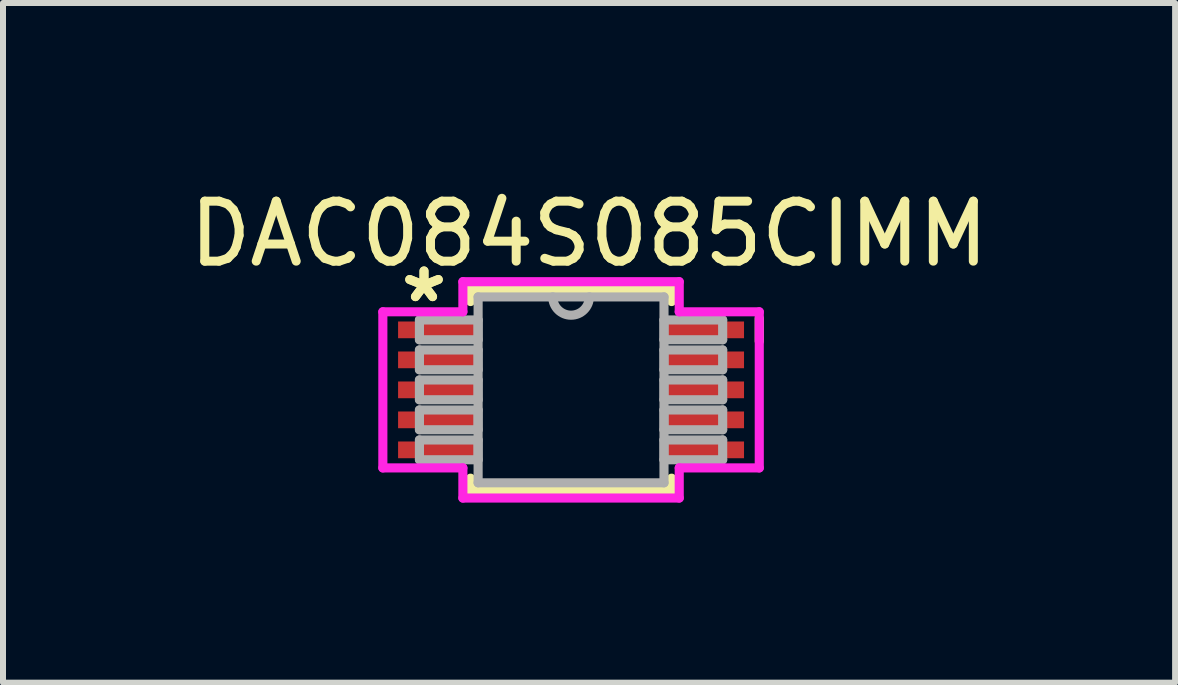
<source format=kicad_pcb>
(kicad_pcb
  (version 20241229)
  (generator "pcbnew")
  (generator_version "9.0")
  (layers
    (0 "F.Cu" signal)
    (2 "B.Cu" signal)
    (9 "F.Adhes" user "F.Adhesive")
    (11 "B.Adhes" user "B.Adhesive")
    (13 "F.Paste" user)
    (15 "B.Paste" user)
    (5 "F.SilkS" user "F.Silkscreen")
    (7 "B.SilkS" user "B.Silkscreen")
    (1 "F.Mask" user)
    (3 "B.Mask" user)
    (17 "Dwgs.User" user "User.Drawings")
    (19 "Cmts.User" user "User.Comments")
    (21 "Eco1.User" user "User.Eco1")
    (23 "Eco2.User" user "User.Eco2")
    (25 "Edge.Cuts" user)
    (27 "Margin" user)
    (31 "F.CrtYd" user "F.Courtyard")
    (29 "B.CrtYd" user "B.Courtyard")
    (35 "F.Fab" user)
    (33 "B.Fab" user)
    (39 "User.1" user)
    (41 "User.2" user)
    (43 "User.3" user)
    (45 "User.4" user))
  (footprint "DAC084S085CIMM"
    (layer "F.Cu")
    (at 6.468 3.448)
    (property "Reference" "DAC084S085CIMM" (at 0.3 -2.6 0) (layer "F.SilkS") (effects (font (size 1 1) (thickness 0.15))))
    (attr through_hole)
    (fp_line (start -1.676 -1.676) (end -1.676 -1.472) (stroke (width 0.152) (type solid)) (layer "F.SilkS"))
    (fp_line (start -1.676 1.472) (end -1.676 1.676) (stroke (width 0.152) (type solid)) (layer "F.SilkS"))
    (fp_line (start -1.676 1.676) (end 1.676 1.676) (stroke (width 0.152) (type solid)) (layer "F.SilkS"))
    (fp_line (start 1.676 -1.676) (end -1.676 -1.676) (stroke (width 0.152) (type solid)) (layer "F.SilkS"))
    (fp_line (start 1.676 -1.472) (end 1.676 -1.676) (stroke (width 0.152) (type solid)) (layer "F.SilkS"))
    (fp_line (start 1.676 1.676) (end 1.676 1.472) (stroke (width 0.152) (type solid)) (layer "F.SilkS"))
    (fp_line (start 3.137 -0.81) (end 3.137 -1.191) (stroke (width 0.152) (type solid)) (layer "F.SilkS"))
    (fp_line (start -3.137 -1.301) (end -1.803 -1.301) (stroke (width 0.152) (type solid)) (layer "F.CrtYd"))
    (fp_line (start -3.137 1.301) (end -3.137 -1.301) (stroke (width 0.152) (type solid)) (layer "F.CrtYd"))
    (fp_line (start -1.803 -1.803) (end 1.803 -1.803) (stroke (width 0.152) (type solid)) (layer "F.CrtYd"))
    (fp_line (start -1.803 -1.301) (end -1.803 -1.803) (stroke (width 0.152) (type solid)) (layer "F.CrtYd"))
    (fp_line (start -1.803 1.301) (end -3.137 1.301) (stroke (width 0.152) (type solid)) (layer "F.CrtYd"))
    (fp_line (start -1.803 1.803) (end -1.803 1.301) (stroke (width 0.152) (type solid)) (layer "F.CrtYd"))
    (fp_line (start 1.803 -1.803) (end 1.803 -1.301) (stroke (width 0.152) (type solid)) (layer "F.CrtYd"))
    (fp_line (start 1.803 -1.301) (end 3.137 -1.301) (stroke (width 0.152) (type solid)) (layer "F.CrtYd"))
    (fp_line (start 1.803 1.301) (end 1.803 1.803) (stroke (width 0.152) (type solid)) (layer "F.CrtYd"))
    (fp_line (start 1.803 1.803) (end -1.803 1.803) (stroke (width 0.152) (type solid)) (layer "F.CrtYd"))
    (fp_line (start 3.137 -1.301) (end 3.137 1.301) (stroke (width 0.152) (type solid)) (layer "F.CrtYd"))
    (fp_line (start 3.137 1.301) (end 1.803 1.301) (stroke (width 0.152) (type solid)) (layer "F.CrtYd"))
    (fp_line (start -2.527 -1.165) (end -2.527 -0.835) (stroke (width 0.152) (type solid)) (layer "F.Fab"))
    (fp_line (start -2.527 -0.835) (end -1.549 -0.835) (stroke (width 0.152) (type solid)) (layer "F.Fab"))
    (fp_line (start -2.527 -0.665) (end -2.527 -0.335) (stroke (width 0.152) (type solid)) (layer "F.Fab"))
    (fp_line (start -2.527 -0.335) (end -1.549 -0.335) (stroke (width 0.152) (type solid)) (layer "F.Fab"))
    (fp_line (start -2.527 -0.165) (end -2.527 0.165) (stroke (width 0.152) (type solid)) (layer "F.Fab"))
    (fp_line (start -2.527 0.165) (end -1.549 0.165) (stroke (width 0.152) (type solid)) (layer "F.Fab"))
    (fp_line (start -2.527 0.335) (end -2.527 0.665) (stroke (width 0.152) (type solid)) (layer "F.Fab"))
    (fp_line (start -2.527 0.665) (end -1.549 0.665) (stroke (width 0.152) (type solid)) (layer "F.Fab"))
    (fp_line (start -2.527 0.835) (end -2.527 1.165) (stroke (width 0.152) (type solid)) (layer "F.Fab"))
    (fp_line (start -2.527 1.165) (end -1.549 1.165) (stroke (width 0.152) (type solid)) (layer "F.Fab"))
    (fp_line (start -1.549 -1.549) (end -1.549 1.549) (stroke (width 0.152) (type solid)) (layer "F.Fab"))
    (fp_line (start -1.549 -1.165) (end -2.527 -1.165) (stroke (width 0.152) (type solid)) (layer "F.Fab"))
    (fp_line (start -1.549 -0.835) (end -1.549 -1.165) (stroke (width 0.152) (type solid)) (layer "F.Fab"))
    (fp_line (start -1.549 -0.665) (end -2.527 -0.665) (stroke (width 0.152) (type solid)) (layer "F.Fab"))
    (fp_line (start -1.549 -0.335) (end -1.549 -0.665) (stroke (width 0.152) (type solid)) (layer "F.Fab"))
    (fp_line (start -1.549 -0.165) (end -2.527 -0.165) (stroke (width 0.152) (type solid)) (layer "F.Fab"))
    (fp_line (start -1.549 0.165) (end -1.549 -0.165) (stroke (width 0.152) (type solid)) (layer "F.Fab"))
    (fp_line (start -1.549 0.335) (end -2.527 0.335) (stroke (width 0.152) (type solid)) (layer "F.Fab"))
    (fp_line (start -1.549 0.665) (end -1.549 0.335) (stroke (width 0.152) (type solid)) (layer "F.Fab"))
    (fp_line (start -1.549 0.835) (end -2.527 0.835) (stroke (width 0.152) (type solid)) (layer "F.Fab"))
    (fp_line (start -1.549 1.165) (end -1.549 0.835) (stroke (width 0.152) (type solid)) (layer "F.Fab"))
    (fp_line (start -1.549 1.549) (end 1.549 1.549) (stroke (width 0.152) (type solid)) (layer "F.Fab"))
    (fp_line (start 1.549 -1.549) (end -1.549 -1.549) (stroke (width 0.152) (type solid)) (layer "F.Fab"))
    (fp_line (start 1.549 -1.165) (end 1.549 -0.835) (stroke (width 0.152) (type solid)) (layer "F.Fab"))
    (fp_line (start 1.549 -0.835) (end 2.527 -0.835) (stroke (width 0.152) (type solid)) (layer "F.Fab"))
    (fp_line (start 1.549 -0.665) (end 1.549 -0.335) (stroke (width 0.152) (type solid)) (layer "F.Fab"))
    (fp_line (start 1.549 -0.335) (end 2.527 -0.335) (stroke (width 0.152) (type solid)) (layer "F.Fab"))
    (fp_line (start 1.549 -0.165) (end 1.549 0.165) (stroke (width 0.152) (type solid)) (layer "F.Fab"))
    (fp_line (start 1.549 0.165) (end 2.527 0.165) (stroke (width 0.152) (type solid)) (layer "F.Fab"))
    (fp_line (start 1.549 0.335) (end 1.549 0.665) (stroke (width 0.152) (type solid)) (layer "F.Fab"))
    (fp_line (start 1.549 0.665) (end 2.527 0.665) (stroke (width 0.152) (type solid)) (layer "F.Fab"))
    (fp_line (start 1.549 0.835) (end 1.549 1.165) (stroke (width 0.152) (type solid)) (layer "F.Fab"))
    (fp_line (start 1.549 1.165) (end 2.527 1.165) (stroke (width 0.152) (type solid)) (layer "F.Fab"))
    (fp_line (start 1.549 1.549) (end 1.549 -1.549) (stroke (width 0.152) (type solid)) (layer "F.Fab"))
    (fp_line (start 2.527 -1.165) (end 1.549 -1.165) (stroke (width 0.152) (type solid)) (layer "F.Fab"))
    (fp_line (start 2.527 -0.835) (end 2.527 -1.165) (stroke (width 0.152) (type solid)) (layer "F.Fab"))
    (fp_line (start 2.527 -0.665) (end 1.549 -0.665) (stroke (width 0.152) (type solid)) (layer "F.Fab"))
    (fp_line (start 2.527 -0.335) (end 2.527 -0.665) (stroke (width 0.152) (type solid)) (layer "F.Fab"))
    (fp_line (start 2.527 -0.165) (end 1.549 -0.165) (stroke (width 0.152) (type solid)) (layer "F.Fab"))
    (fp_line (start 2.527 0.165) (end 2.527 -0.165) (stroke (width 0.152) (type solid)) (layer "F.Fab"))
    (fp_line (start 2.527 0.335) (end 1.549 0.335) (stroke (width 0.152) (type solid)) (layer "F.Fab"))
    (fp_line (start 2.527 0.665) (end 2.527 0.335) (stroke (width 0.152) (type solid)) (layer "F.Fab"))
    (fp_line (start 2.527 0.835) (end 1.549 0.835) (stroke (width 0.152) (type solid)) (layer "F.Fab"))
    (fp_line (start 2.527 1.165) (end 2.527 0.835) (stroke (width 0.152) (type solid)) (layer "F.Fab"))
    (fp_arc (start 0.3048 -1.5494) (mid 0 -1.2446) (end -0.3048 -1.5494) (stroke (width 0.1524) (type solid)) (layer "F.Fab"))
    (fp_text user "*" (at -2.451 -1.437 0) (layer "F.SilkS") (effects (font (size 1 1) (thickness 0.15))))
    (fp_text user "*" (at -2.451 -1.437 0) (layer "F.SilkS") (effects (font (size 1 1) (thickness 0.15))))
    (pad "1" smd rect (at -2.197 -1) (size 1.372 0.279) (layers "F.Cu" "F.Mask" "F.Paste"))
    (pad "2" smd rect (at -2.197 -0.5) (size 1.372 0.279) (layers "F.Cu" "F.Mask" "F.Paste"))
    (pad "3" smd rect (at -2.197 0) (size 1.372 0.279) (layers "F.Cu" "F.Mask" "F.Paste"))
    (pad "4" smd rect (at -2.197 0.5) (size 1.372 0.279) (layers "F.Cu" "F.Mask" "F.Paste"))
    (pad "5" smd rect (at -2.197 1) (size 1.372 0.279) (layers "F.Cu" "F.Mask" "F.Paste"))
    (pad "6" smd rect (at 2.197 1) (size 1.372 0.279) (layers "F.Cu" "F.Mask" "F.Paste"))
    (pad "7" smd rect (at 2.197 0.5) (size 1.372 0.279) (layers "F.Cu" "F.Mask" "F.Paste"))
    (pad "8" smd rect (at 2.197 0) (size 1.372 0.279) (layers "F.Cu" "F.Mask" "F.Paste"))
    (pad "9" smd rect (at 2.197 -0.5) (size 1.372 0.279) (layers "F.Cu" "F.Mask" "F.Paste"))
    (pad "10" smd rect (at 2.197 -1) (size 1.372 0.279) (layers "F.Cu" "F.Mask" "F.Paste")))
  (gr_rect
    (start -3 -3)
    (end 16.536 8.328)
    (stroke (width 0.1) (type default))
    (fill no)
    (layer "Edge.Cuts")))
</source>
